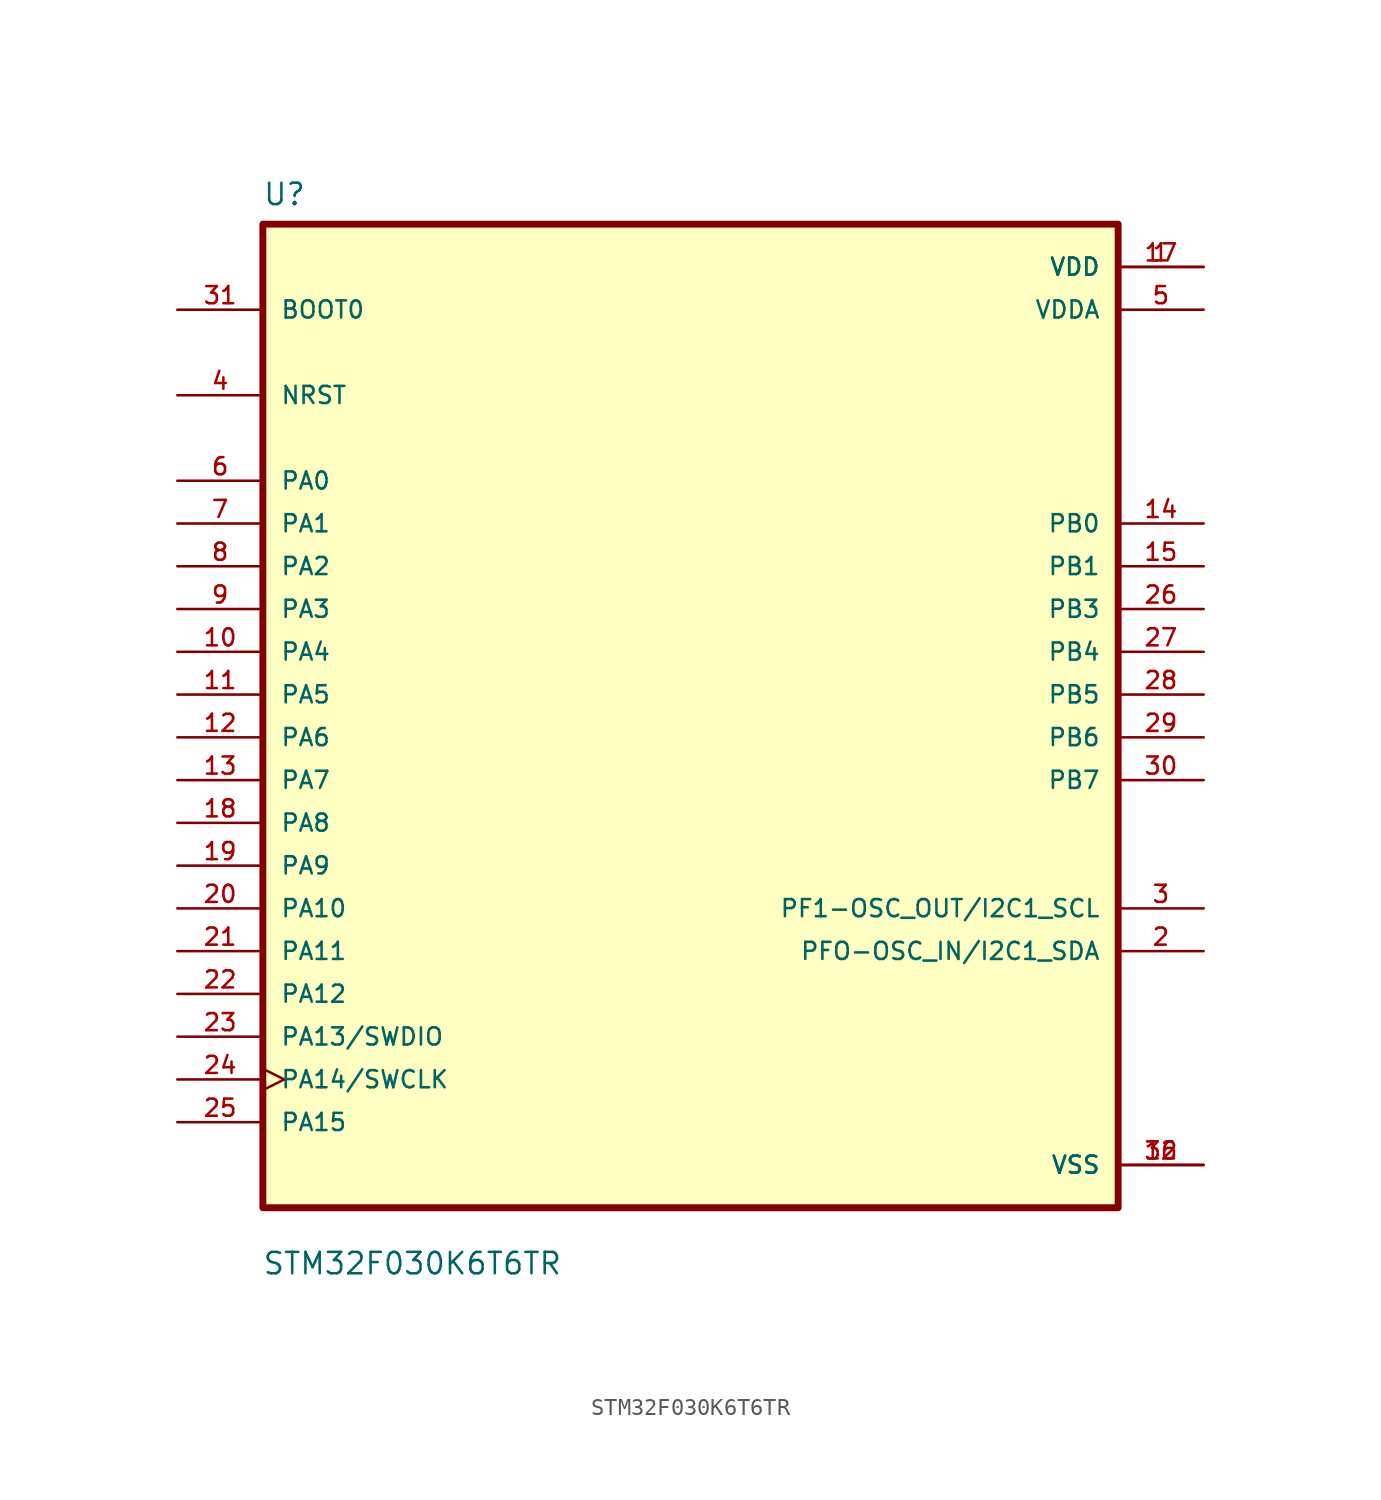
<source format=kicad_sym>
(kicad_symbol_lib
  (version 20211014)
  (generator kicad_symbol_editor)
  (symbol "STM32F030K6T6TR"
    (pin_names
      (offset 1.016))
    (property "Reference" "U"
      (at -25.427 28.971 0.0)
      (effects (font (size 1.27 1.27)) (justify bottom left)))
    (property "Value" "STM32F030K6T6TR"
      (at -25.451 -34.535 0.0)
      (effects (font (size 1.27 1.27)) (justify bottom left)))
    (symbol "STM32F030K6T6TR_0_0"
      (rectangle (start -25.4 -30.48) (end 25.4 27.94) (stroke (width 0.41)) (fill (type background)))
      (pin bidirectional clock (at -30.48 -22.86 0) (length 5.08) (name "PA14/SWCLK" (effects (font (size 1.016 1.016)))) (number "24" (effects (font (size 1.016 1.016)))))
      (pin input line (at -30.48 22.86 0) (length 5.08) (name "BOOT0" (effects (font (size 1.016 1.016)))) (number "31" (effects (font (size 1.016 1.016)))))
      (pin bidirectional line (at -30.48 17.78 0) (length 5.08) (name "NRST" (effects (font (size 1.016 1.016)))) (number "4" (effects (font (size 1.016 1.016)))))
      (pin bidirectional line (at -30.48 12.7 0) (length 5.08) (name "PA0" (effects (font (size 1.016 1.016)))) (number "6" (effects (font (size 1.016 1.016)))))
      (pin bidirectional line (at -30.48 10.16 0) (length 5.08) (name "PA1" (effects (font (size 1.016 1.016)))) (number "7" (effects (font (size 1.016 1.016)))))
      (pin bidirectional line (at -30.48 -12.7 0) (length 5.08) (name "PA10" (effects (font (size 1.016 1.016)))) (number "20" (effects (font (size 1.016 1.016)))))
      (pin bidirectional line (at -30.48 -15.24 0) (length 5.08) (name "PA11" (effects (font (size 1.016 1.016)))) (number "21" (effects (font (size 1.016 1.016)))))
      (pin bidirectional line (at -30.48 -17.78 0) (length 5.08) (name "PA12" (effects (font (size 1.016 1.016)))) (number "22" (effects (font (size 1.016 1.016)))))
      (pin bidirectional line (at -30.48 -20.32 0) (length 5.08) (name "PA13/SWDIO" (effects (font (size 1.016 1.016)))) (number "23" (effects (font (size 1.016 1.016)))))
      (pin bidirectional line (at -30.48 -25.4 0) (length 5.08) (name "PA15" (effects (font (size 1.016 1.016)))) (number "25" (effects (font (size 1.016 1.016)))))
      (pin bidirectional line (at -30.48 7.62 0) (length 5.08) (name "PA2" (effects (font (size 1.016 1.016)))) (number "8" (effects (font (size 1.016 1.016)))))
      (pin bidirectional line (at -30.48 5.08 0) (length 5.08) (name "PA3" (effects (font (size 1.016 1.016)))) (number "9" (effects (font (size 1.016 1.016)))))
      (pin bidirectional line (at -30.48 2.54 0) (length 5.08) (name "PA4" (effects (font (size 1.016 1.016)))) (number "10" (effects (font (size 1.016 1.016)))))
      (pin bidirectional line (at -30.48 0.0 0) (length 5.08) (name "PA5" (effects (font (size 1.016 1.016)))) (number "11" (effects (font (size 1.016 1.016)))))
      (pin power_in line (at 30.48 25.4 180.0) (length 5.08) (name "VDD" (effects (font (size 1.016 1.016)))) (number "1" (effects (font (size 1.016 1.016)))))
      (pin power_in line (at 30.48 25.4 180.0) (length 5.08) (name "VDD" (effects (font (size 1.016 1.016)))) (number "17" (effects (font (size 1.016 1.016)))))
      (pin power_in line (at 30.48 22.86 180.0) (length 5.08) (name "VDDA" (effects (font (size 1.016 1.016)))) (number "5" (effects (font (size 1.016 1.016)))))
      (pin power_in line (at 30.48 -27.94 180.0) (length 5.08) (name "VSS" (effects (font (size 1.016 1.016)))) (number "16" (effects (font (size 1.016 1.016)))))
      (pin power_in line (at 30.48 -27.94 180.0) (length 5.08) (name "VSS" (effects (font (size 1.016 1.016)))) (number "32" (effects (font (size 1.016 1.016)))))
      (pin bidirectional line (at -30.48 -2.54 0) (length 5.08) (name "PA6" (effects (font (size 1.016 1.016)))) (number "12" (effects (font (size 1.016 1.016)))))
      (pin bidirectional line (at -30.48 -5.08 0) (length 5.08) (name "PA7" (effects (font (size 1.016 1.016)))) (number "13" (effects (font (size 1.016 1.016)))))
      (pin bidirectional line (at -30.48 -7.62 0) (length 5.08) (name "PA8" (effects (font (size 1.016 1.016)))) (number "18" (effects (font (size 1.016 1.016)))))
      (pin bidirectional line (at -30.48 -10.16 0) (length 5.08) (name "PA9" (effects (font (size 1.016 1.016)))) (number "19" (effects (font (size 1.016 1.016)))))
      (pin bidirectional line (at 30.48 10.16 180.0) (length 5.08) (name "PB0" (effects (font (size 1.016 1.016)))) (number "14" (effects (font (size 1.016 1.016)))))
      (pin bidirectional line (at 30.48 7.62 180.0) (length 5.08) (name "PB1" (effects (font (size 1.016 1.016)))) (number "15" (effects (font (size 1.016 1.016)))))
      (pin bidirectional line (at 30.48 5.08 180.0) (length 5.08) (name "PB3" (effects (font (size 1.016 1.016)))) (number "26" (effects (font (size 1.016 1.016)))))
      (pin bidirectional line (at 30.48 2.54 180.0) (length 5.08) (name "PB4" (effects (font (size 1.016 1.016)))) (number "27" (effects (font (size 1.016 1.016)))))
      (pin bidirectional line (at 30.48 0.0 180.0) (length 5.08) (name "PB5" (effects (font (size 1.016 1.016)))) (number "28" (effects (font (size 1.016 1.016)))))
      (pin bidirectional line (at 30.48 -2.54 180.0) (length 5.08) (name "PB6" (effects (font (size 1.016 1.016)))) (number "29" (effects (font (size 1.016 1.016)))))
      (pin bidirectional line (at 30.48 -5.08 180.0) (length 5.08) (name "PB7" (effects (font (size 1.016 1.016)))) (number "30" (effects (font (size 1.016 1.016)))))
      (pin bidirectional line (at 30.48 -12.7 180.0) (length 5.08) (name "PF1-OSC_OUT/I2C1_SCL" (effects (font (size 1.016 1.016)))) (number "3" (effects (font (size 1.016 1.016)))))
      (pin bidirectional line (at 30.48 -15.24 180.0) (length 5.08) (name "PFO-OSC_IN/I2C1_SDA" (effects (font (size 1.016 1.016)))) (number "2" (effects (font (size 1.016 1.016))))))))
</source>
